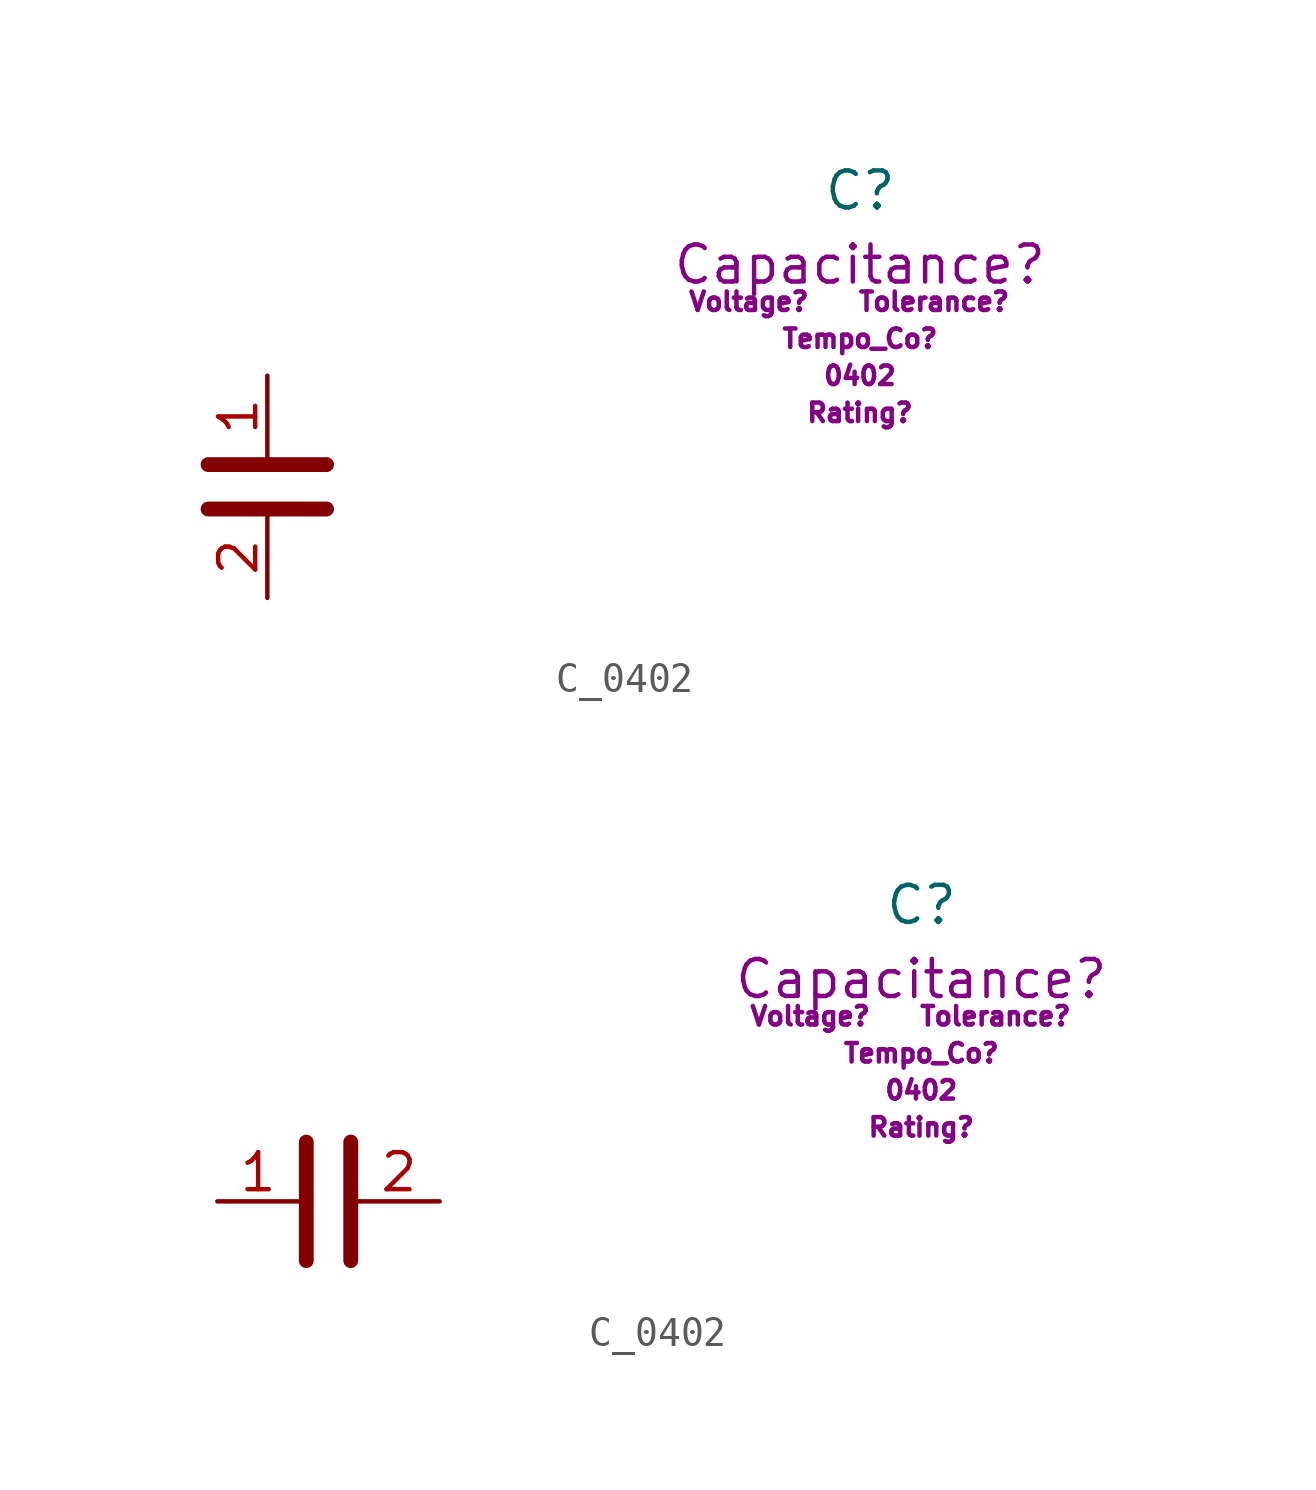
<source format=kicad_sym>
(kicad_symbol_lib
  (version 20231120)
  (generator "kicad_symbol_editor")
  (generator_version "8.0")
  (symbol "C_0402"
    (pin_names
      (offset 0.254))
    (property "Reference" "C"
      (at 19.05 10.16 0)
      (effects (font (size 1.27 1.27)) (justify left)))
    (property "Capacitance" "Capacitance?"
      (at 20.32 7.62 0)
      (effects (font (size 1.27 1.27))))
    (property "Tolerance" "Tolerance?"
      (at 22.86 6.35 0)
      (effects (font (size 0.635 0.635))))
    (property "Voltage_Rated" "Voltage?"
      (at 16.51 6.35 0)
      (effects (font (size 0.635 0.635))))
    (property "Temp_Coefficient" "Tempo_Co?"
      (at 20.32 5.08 0)
      (effects (font (size 0.635 0.635))))
    (property "Rating" "Rating?"
      (at 20.32 2.54 0)
      (effects (font (size 0.635 0.635))))
    (property "Package" "0402"
      (at 20.32 3.81 0)
      (effects (font (size 0.635 0.635))))
    (symbol "C_0402_0_1"
      (polyline (pts (xy -2.032 -0.762) (xy 2.032 -0.762)) (stroke (width 0.508) (type default)) (fill (type none)))
      (polyline (pts (xy -2.032 0.762) (xy 2.032 0.762)) (stroke (width 0.508) (type default)) (fill (type none))))
    (symbol "C_0402_0_2"
      (polyline (pts (xy -0.762 2.032) (xy -0.762 -2.032)) (stroke (width 0.508) (type default)) (fill (type none)))
      (polyline (pts (xy 0.762 2.032) (xy 0.762 -2.032)) (stroke (width 0.508) (type default)) (fill (type none))))
    (symbol "C_0402_1_1"
      (pin passive line (at 0 3.81 270) (length 2.794) (name "~" (effects (font (size 1.27 1.27)))) (number "1" (effects (font (size 1.27 1.27)))))
      (pin passive line (at 0 -3.81 90) (length 2.794) (name "~" (effects (font (size 1.27 1.27)))) (number "2" (effects (font (size 1.27 1.27))))))
    (symbol "C_0402_1_2"
      (pin passive line (at -3.81 0 0) (length 2.794) (name "~" (effects (font (size 1.27 1.27)))) (number "1" (effects (font (size 1.27 1.27)))))
      (pin passive line (at 3.81 0 180) (length 2.794) (name "~" (effects (font (size 1.27 1.27)))) (number "2" (effects (font (size 1.27 1.27))))))))
</source>
